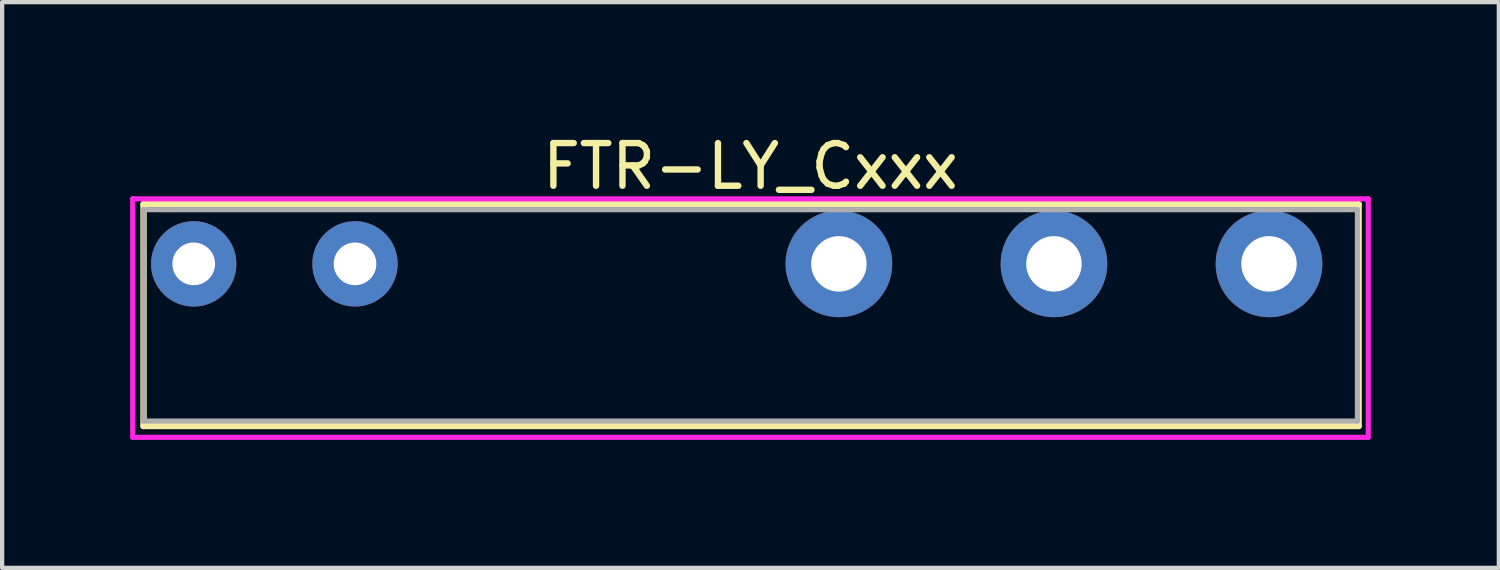
<source format=kicad_pcb>
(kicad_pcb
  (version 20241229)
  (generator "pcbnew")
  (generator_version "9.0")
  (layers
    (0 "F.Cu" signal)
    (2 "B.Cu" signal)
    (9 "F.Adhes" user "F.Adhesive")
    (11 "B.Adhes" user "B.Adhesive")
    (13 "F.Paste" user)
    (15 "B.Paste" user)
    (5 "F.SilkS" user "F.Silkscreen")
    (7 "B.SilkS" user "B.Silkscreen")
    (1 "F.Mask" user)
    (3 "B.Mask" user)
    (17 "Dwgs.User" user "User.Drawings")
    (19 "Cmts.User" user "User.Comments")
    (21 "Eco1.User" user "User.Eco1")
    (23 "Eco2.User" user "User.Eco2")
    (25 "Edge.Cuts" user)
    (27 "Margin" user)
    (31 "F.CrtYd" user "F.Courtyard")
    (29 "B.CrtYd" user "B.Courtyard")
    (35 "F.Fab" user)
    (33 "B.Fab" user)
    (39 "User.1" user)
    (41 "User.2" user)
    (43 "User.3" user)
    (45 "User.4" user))
  (footprint "FTR-LY_Cxxx"
    (layer "F.Cu")
    (at 21.65 3.134)
    (property "Reference" "FTR-LY_Cxxx" (at -7.112 -2.286 0) (layer "F.SilkS") (effects (font (size 1 1) (thickness 0.15))))
    (attr through_hole)
    (fp_line (start -21.336 -1.397) (end 7.14 -1.397) (stroke (width 0.15) (type solid)) (layer "F.SilkS"))
    (fp_line (start -21.336 3.8) (end -21.336 -1.397) (stroke (width 0.15) (type solid)) (layer "F.SilkS"))
    (fp_line (start -21.336 3.8) (end 7.14 3.8) (stroke (width 0.15) (type solid)) (layer "F.SilkS"))
    (fp_line (start 7.14 -1.397) (end 7.14 3.8) (stroke (width 0.15) (type solid)) (layer "F.SilkS"))
    (fp_line (start -21.59 -1.524) (end -21.59 4.064) (stroke (width 0.12) (type solid)) (layer "F.CrtYd"))
    (fp_line (start -21.59 4.064) (end 7.366 4.064) (stroke (width 0.12) (type solid)) (layer "F.CrtYd"))
    (fp_line (start 7.366 -1.524) (end -21.59 -1.524) (stroke (width 0.12) (type solid)) (layer "F.CrtYd"))
    (fp_line (start 7.366 4.064) (end 7.366 -1.524) (stroke (width 0.12) (type solid)) (layer "F.CrtYd"))
    (fp_line (start -21.336 -1.27) (end 7.112 -1.27) (stroke (width 0.12) (type solid)) (layer "F.Fab"))
    (fp_line (start -21.336 3.683) (end -21.336 -1.27) (stroke (width 0.12) (type solid)) (layer "F.Fab"))
    (fp_line (start 7.112 -1.27) (end 7.112 3.683) (stroke (width 0.12) (type solid)) (layer "F.Fab"))
    (fp_line (start 7.112 3.683) (end -21.336 3.683) (stroke (width 0.12) (type solid)) (layer "F.Fab"))
    (pad "11" thru_hole circle (at 0 0) (size 2.5 2.5) (drill 1.3) (layers "*.Cu" "*.Mask"))
    (pad "12" thru_hole circle (at -5.04 0) (size 2.5 2.5) (drill 1.3) (layers "*.Cu" "*.Mask"))
    (pad "14" thru_hole circle (at 5.04 0) (size 2.5 2.5) (drill 1.3) (layers "*.Cu" "*.Mask"))
    (pad "A1" thru_hole circle (at -20.16 0) (size 2 2) (drill 1) (layers "*.Cu" "*.Mask"))
    (pad "A2" thru_hole circle (at -16.38 0) (size 2 2) (drill 1) (layers "*.Cu" "*.Mask")))
  (gr_rect
    (start -3 -3)
    (end 32.076 10.258)
    (stroke (width 0.1) (type default))
    (fill no)
    (layer "Edge.Cuts")))
</source>
